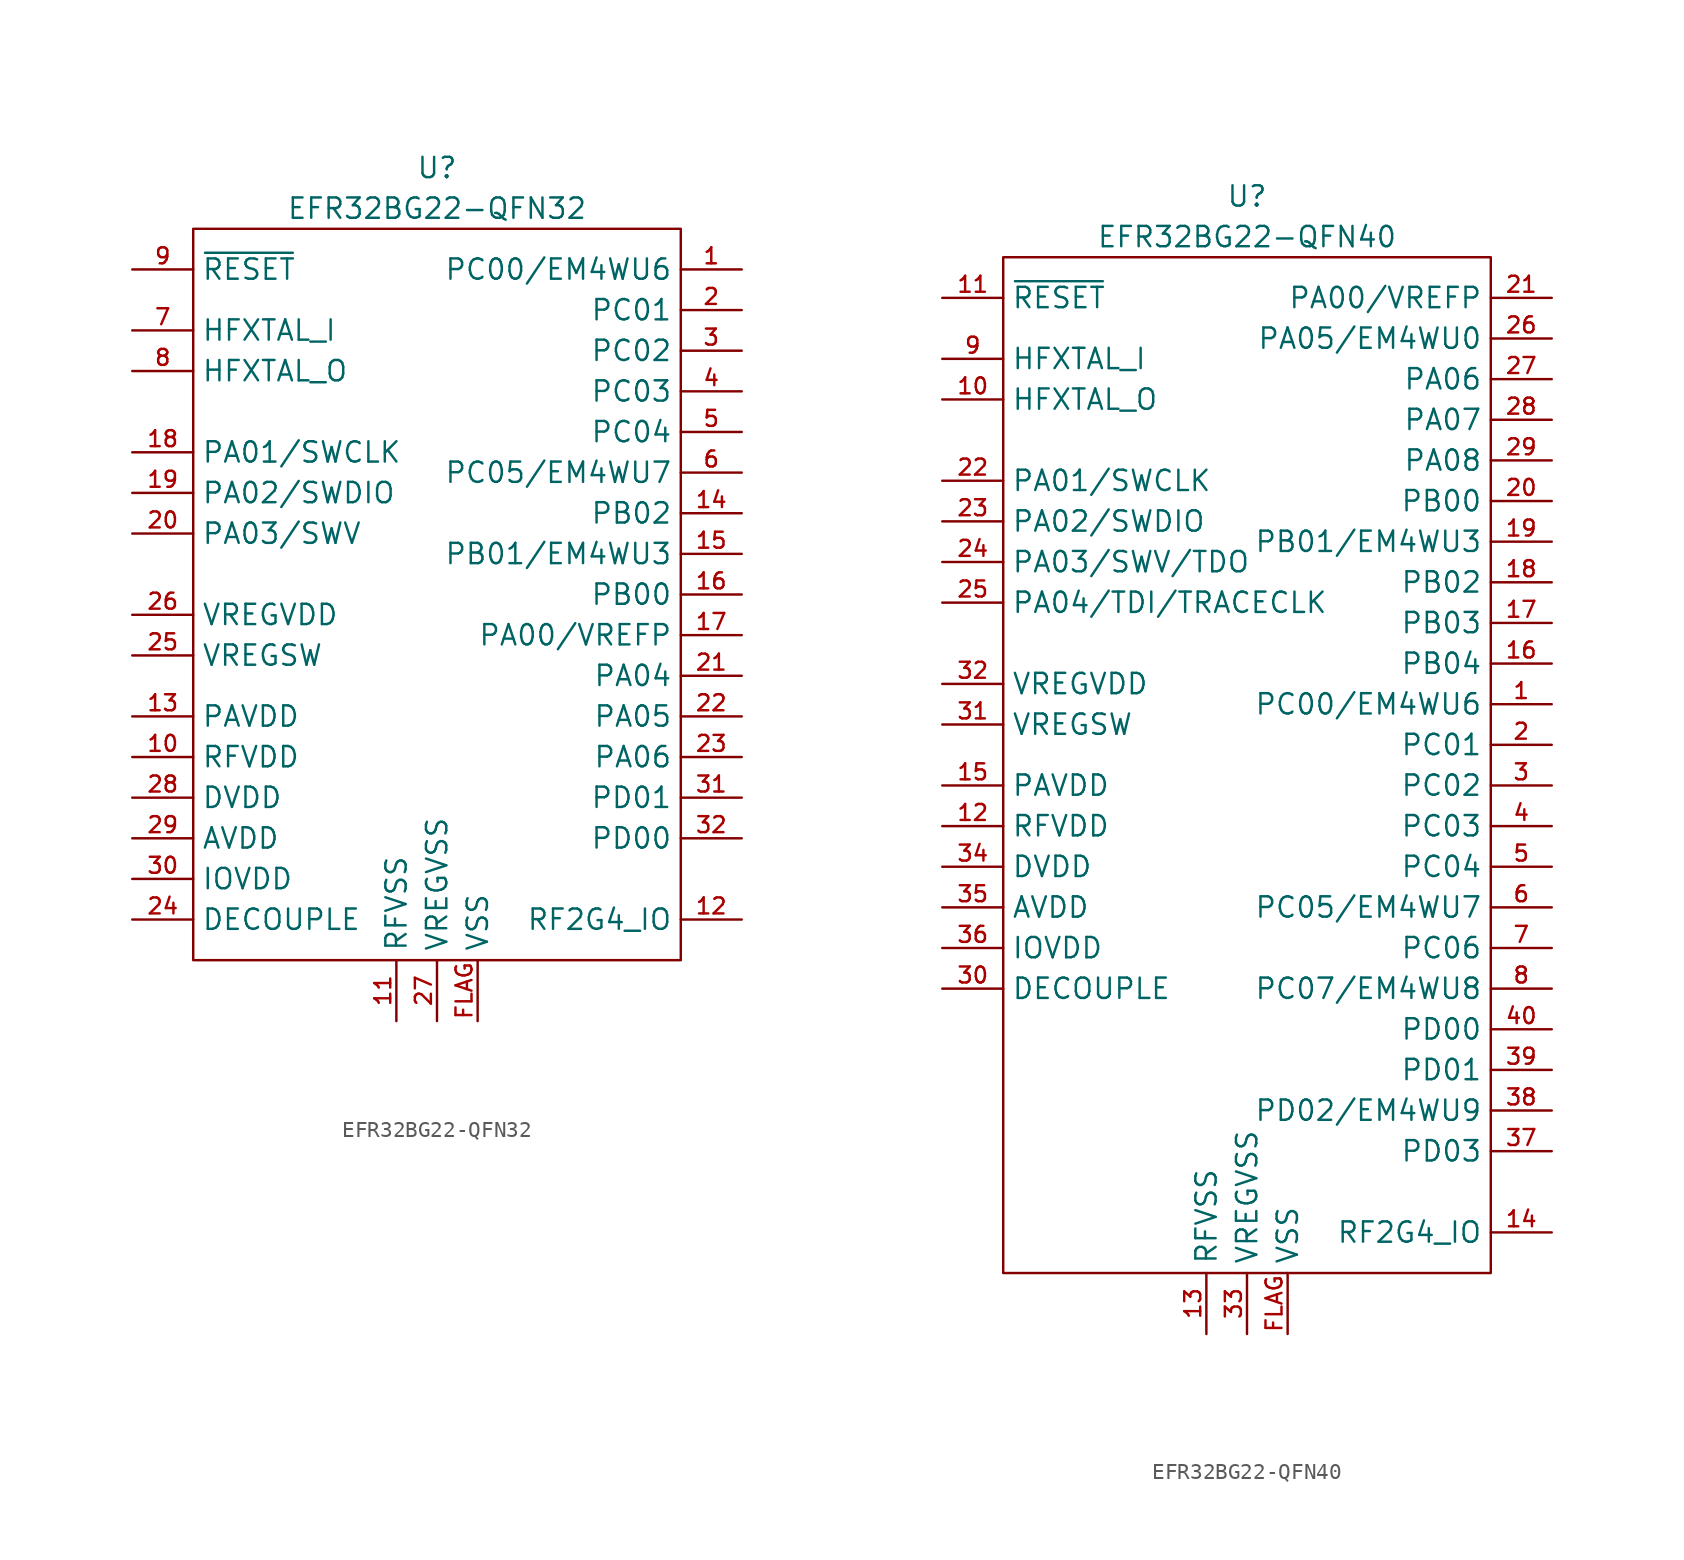
<source format=kicad_sym>
(kicad_symbol_lib
  (version 20211014)
  (generator kicad_symbol_editor)
  (symbol "EFR32BG22-QFN32"
    (property "Reference" "U"
      (at 0 3.81 0)
      (effects (font (size 1.27 1.27))))
    (property "Value" "EFR32BG22-QFN32"
      (at 0 1.27 0)
      (effects (font (size 1.27 1.27))))
    (symbol "EFR32BG22-QFN32_0_0"
      (pin tri_state line (at 19.05 -2.54 180) (length 3.81) (name "PC00/EM4WU6" (effects (font (size 1.27 1.27)))) (number "1" (effects (font (size 1 1)))))
      (pin power_in line (at -19.05 -33.02 0) (length 3.81) (name "RFVDD" (effects (font (size 1.27 1.27)))) (number "10" (effects (font (size 1 1)))))
      (pin power_in line (at -2.54 -49.53 90) (length 3.81) (name "RFVSS" (effects (font (size 1.27 1.27)))) (number "11" (effects (font (size 1 1)))))
      (pin passive line (at 19.05 -43.18 180) (length 3.81) (name "RF2G4_IO" (effects (font (size 1.27 1.27)))) (number "12" (effects (font (size 1 1)))))
      (pin power_in line (at -19.05 -30.48 0) (length 3.81) (name "PAVDD" (effects (font (size 1.27 1.27)))) (number "13" (effects (font (size 1 1)))))
      (pin tri_state line (at 19.05 -17.78 180) (length 3.81) (name "PB02" (effects (font (size 1.27 1.27)))) (number "14" (effects (font (size 1 1)))))
      (pin tri_state line (at 19.05 -20.32 180) (length 3.81) (name "PB01/EM4WU3" (effects (font (size 1.27 1.27)))) (number "15" (effects (font (size 1 1)))))
      (pin tri_state line (at 19.05 -22.86 180) (length 3.81) (name "PB00" (effects (font (size 1.27 1.27)))) (number "16" (effects (font (size 1 1)))))
      (pin tri_state line (at 19.05 -25.4 180) (length 3.81) (name "PA00/VREFP" (effects (font (size 1.27 1.27)))) (number "17" (effects (font (size 1 1)))))
      (pin tri_state line (at -19.05 -13.97 0) (length 3.81) (name "PA01/SWCLK" (effects (font (size 1.27 1.27)))) (number "18" (effects (font (size 1 1)))))
      (pin tri_state line (at -19.05 -16.51 0) (length 3.81) (name "PA02/SWDIO" (effects (font (size 1.27 1.27)))) (number "19" (effects (font (size 1 1)))))
      (pin tri_state line (at 19.05 -5.08 180) (length 3.81) (name "PC01" (effects (font (size 1.27 1.27)))) (number "2" (effects (font (size 1 1)))))
      (pin tri_state line (at -19.05 -19.05 0) (length 3.81) (name "PA03/SWV" (effects (font (size 1.27 1.27)))) (number "20" (effects (font (size 1 1)))))
      (pin tri_state line (at 19.05 -27.94 180) (length 3.81) (name "PA04" (effects (font (size 1.27 1.27)))) (number "21" (effects (font (size 1 1)))))
      (pin tri_state line (at 19.05 -30.48 180) (length 3.81) (name "PA05" (effects (font (size 1.27 1.27)))) (number "22" (effects (font (size 1 1)))))
      (pin tri_state line (at 19.05 -33.02 180) (length 3.81) (name "PA06" (effects (font (size 1.27 1.27)))) (number "23" (effects (font (size 1 1)))))
      (pin passive line (at -19.05 -43.18 0) (length 3.81) (name "DECOUPLE" (effects (font (size 1.27 1.27)))) (number "24" (effects (font (size 1 1)))))
      (pin passive line (at -19.05 -26.67 0) (length 3.81) (name "VREGSW" (effects (font (size 1.27 1.27)))) (number "25" (effects (font (size 1 1)))))
      (pin power_in line (at -19.05 -24.13 0) (length 3.81) (name "VREGVDD" (effects (font (size 1.27 1.27)))) (number "26" (effects (font (size 1 1)))))
      (pin power_in line (at 0 -49.53 90) (length 3.81) (name "VREGVSS" (effects (font (size 1.27 1.27)))) (number "27" (effects (font (size 1 1)))))
      (pin power_in line (at -19.05 -35.56 0) (length 3.81) (name "DVDD" (effects (font (size 1.27 1.27)))) (number "28" (effects (font (size 1 1)))))
      (pin power_in line (at -19.05 -38.1 0) (length 3.81) (name "AVDD" (effects (font (size 1.27 1.27)))) (number "29" (effects (font (size 1 1)))))
      (pin tri_state line (at 19.05 -7.62 180) (length 3.81) (name "PC02" (effects (font (size 1.27 1.27)))) (number "3" (effects (font (size 1 1)))))
      (pin power_in line (at -19.05 -40.64 0) (length 3.81) (name "IOVDD" (effects (font (size 1.27 1.27)))) (number "30" (effects (font (size 1 1)))))
      (pin tri_state line (at 19.05 -35.56 180) (length 3.81) (name "PD01" (effects (font (size 1.27 1.27)))) (number "31" (effects (font (size 1 1)))))
      (pin tri_state line (at 19.05 -38.1 180) (length 3.81) (name "PD00" (effects (font (size 1.27 1.27)))) (number "32" (effects (font (size 1 1)))))
      (pin tri_state line (at 19.05 -10.16 180) (length 3.81) (name "PC03" (effects (font (size 1.27 1.27)))) (number "4" (effects (font (size 1 1)))))
      (pin tri_state line (at 19.05 -12.7 180) (length 3.81) (name "PC04" (effects (font (size 1.27 1.27)))) (number "5" (effects (font (size 1 1)))))
      (pin tri_state line (at 19.05 -15.24 180) (length 3.81) (name "PC05/EM4WU7" (effects (font (size 1.27 1.27)))) (number "6" (effects (font (size 1 1)))))
      (pin passive line (at -19.05 -6.35 0) (length 3.81) (name "HFXTAL_I" (effects (font (size 1.27 1.27)))) (number "7" (effects (font (size 1 1)))))
      (pin passive line (at -19.05 -8.89 0) (length 3.81) (name "HFXTAL_O" (effects (font (size 1.27 1.27)))) (number "8" (effects (font (size 1 1)))))
      (pin input line (at -19.05 -2.54 0) (length 3.81) (name "~{RESET}" (effects (font (size 1.27 1.27)))) (number "9" (effects (font (size 1 1)))))
      (pin power_in line (at 2.54 -49.53 90) (length 3.81) (name "VSS" (effects (font (size 1.27 1.27)))) (number "FLAG" (effects (font (size 1 1))))))
    (symbol "EFR32BG22-QFN32_0_1"
      (rectangle (start -15.24 0) (end 15.24 -45.72) (stroke (width 0) (type default) (color 0 0 0 0)) (fill (type none)))))
  (symbol "EFR32BG22-QFN40"
    (property "Reference" "U"
      (at 0 3.81 0)
      (effects (font (size 1.27 1.27))))
    (property "Value" "EFR32BG22-QFN40"
      (at 0 1.27 0)
      (effects (font (size 1.27 1.27))))
    (symbol "EFR32BG22-QFN40_0_0"
      (pin tri_state line (at 19.05 -27.94 180) (length 3.81) (name "PC00/EM4WU6" (effects (font (size 1.27 1.27)))) (number "1" (effects (font (size 1 1)))))
      (pin passive line (at -19.05 -8.89 0) (length 3.81) (name "HFXTAL_O" (effects (font (size 1.27 1.27)))) (number "10" (effects (font (size 1 1)))))
      (pin input line (at -19.05 -2.54 0) (length 3.81) (name "~{RESET}" (effects (font (size 1.27 1.27)))) (number "11" (effects (font (size 1 1)))))
      (pin power_in line (at -19.05 -35.56 0) (length 3.81) (name "RFVDD" (effects (font (size 1.27 1.27)))) (number "12" (effects (font (size 1 1)))))
      (pin power_in line (at -2.54 -67.31 90) (length 3.81) (name "RFVSS" (effects (font (size 1.27 1.27)))) (number "13" (effects (font (size 1 1)))))
      (pin passive line (at 19.05 -60.96 180) (length 3.81) (name "RF2G4_IO" (effects (font (size 1.27 1.27)))) (number "14" (effects (font (size 1 1)))))
      (pin power_in line (at -19.05 -33.02 0) (length 3.81) (name "PAVDD" (effects (font (size 1.27 1.27)))) (number "15" (effects (font (size 1 1)))))
      (pin tri_state line (at 19.05 -25.4 180) (length 3.81) (name "PB04" (effects (font (size 1.27 1.27)))) (number "16" (effects (font (size 1 1)))))
      (pin tri_state line (at 19.05 -22.86 180) (length 3.81) (name "PB03" (effects (font (size 1.27 1.27)))) (number "17" (effects (font (size 1 1)))))
      (pin tri_state line (at 19.05 -20.32 180) (length 3.81) (name "PB02" (effects (font (size 1.27 1.27)))) (number "18" (effects (font (size 1 1)))))
      (pin tri_state line (at 19.05 -17.78 180) (length 3.81) (name "PB01/EM4WU3" (effects (font (size 1.27 1.27)))) (number "19" (effects (font (size 1 1)))))
      (pin tri_state line (at 19.05 -30.48 180) (length 3.81) (name "PC01" (effects (font (size 1.27 1.27)))) (number "2" (effects (font (size 1 1)))))
      (pin tri_state line (at 19.05 -15.24 180) (length 3.81) (name "PB00" (effects (font (size 1.27 1.27)))) (number "20" (effects (font (size 1 1)))))
      (pin tri_state line (at 19.05 -2.54 180) (length 3.81) (name "PA00/VREFP" (effects (font (size 1.27 1.27)))) (number "21" (effects (font (size 1 1)))))
      (pin tri_state line (at -19.05 -13.97 0) (length 3.81) (name "PA01/SWCLK" (effects (font (size 1.27 1.27)))) (number "22" (effects (font (size 1 1)))))
      (pin tri_state line (at -19.05 -16.51 0) (length 3.81) (name "PA02/SWDIO" (effects (font (size 1.27 1.27)))) (number "23" (effects (font (size 1 1)))))
      (pin tri_state line (at -19.05 -19.05 0) (length 3.81) (name "PA03/SWV/TDO" (effects (font (size 1.27 1.27)))) (number "24" (effects (font (size 1 1)))))
      (pin tri_state line (at -19.05 -21.59 0) (length 3.81) (name "PA04/TDI/TRACECLK" (effects (font (size 1.27 1.27)))) (number "25" (effects (font (size 1 1)))))
      (pin tri_state line (at 19.05 -5.08 180) (length 3.81) (name "PA05/EM4WU0" (effects (font (size 1.27 1.27)))) (number "26" (effects (font (size 1 1)))))
      (pin tri_state line (at 19.05 -7.62 180) (length 3.81) (name "PA06" (effects (font (size 1.27 1.27)))) (number "27" (effects (font (size 1 1)))))
      (pin tri_state line (at 19.05 -10.16 180) (length 3.81) (name "PA07" (effects (font (size 1.27 1.27)))) (number "28" (effects (font (size 1 1)))))
      (pin tri_state line (at 19.05 -12.7 180) (length 3.81) (name "PA08" (effects (font (size 1.27 1.27)))) (number "29" (effects (font (size 1 1)))))
      (pin tri_state line (at 19.05 -33.02 180) (length 3.81) (name "PC02" (effects (font (size 1.27 1.27)))) (number "3" (effects (font (size 1 1)))))
      (pin passive line (at -19.05 -45.72 0) (length 3.81) (name "DECOUPLE" (effects (font (size 1.27 1.27)))) (number "30" (effects (font (size 1 1)))))
      (pin passive line (at -19.05 -29.21 0) (length 3.81) (name "VREGSW" (effects (font (size 1.27 1.27)))) (number "31" (effects (font (size 1 1)))))
      (pin power_in line (at -19.05 -26.67 0) (length 3.81) (name "VREGVDD" (effects (font (size 1.27 1.27)))) (number "32" (effects (font (size 1 1)))))
      (pin power_in line (at 0 -67.31 90) (length 3.81) (name "VREGVSS" (effects (font (size 1.27 1.27)))) (number "33" (effects (font (size 1 1)))))
      (pin power_in line (at -19.05 -38.1 0) (length 3.81) (name "DVDD" (effects (font (size 1.27 1.27)))) (number "34" (effects (font (size 1 1)))))
      (pin power_in line (at -19.05 -40.64 0) (length 3.81) (name "AVDD" (effects (font (size 1.27 1.27)))) (number "35" (effects (font (size 1 1)))))
      (pin power_in line (at -19.05 -43.18 0) (length 3.81) (name "IOVDD" (effects (font (size 1.27 1.27)))) (number "36" (effects (font (size 1 1)))))
      (pin tri_state line (at 19.05 -55.88 180) (length 3.81) (name "PD03" (effects (font (size 1.27 1.27)))) (number "37" (effects (font (size 1 1)))))
      (pin tri_state line (at 19.05 -53.34 180) (length 3.81) (name "PD02/EM4WU9" (effects (font (size 1.27 1.27)))) (number "38" (effects (font (size 1 1)))))
      (pin tri_state line (at 19.05 -50.8 180) (length 3.81) (name "PD01" (effects (font (size 1.27 1.27)))) (number "39" (effects (font (size 1 1)))))
      (pin tri_state line (at 19.05 -35.56 180) (length 3.81) (name "PC03" (effects (font (size 1.27 1.27)))) (number "4" (effects (font (size 1 1)))))
      (pin tri_state line (at 19.05 -48.26 180) (length 3.81) (name "PD00" (effects (font (size 1.27 1.27)))) (number "40" (effects (font (size 1 1)))))
      (pin tri_state line (at 19.05 -38.1 180) (length 3.81) (name "PC04" (effects (font (size 1.27 1.27)))) (number "5" (effects (font (size 1 1)))))
      (pin tri_state line (at 19.05 -40.64 180) (length 3.81) (name "PC05/EM4WU7" (effects (font (size 1.27 1.27)))) (number "6" (effects (font (size 1 1)))))
      (pin tri_state line (at 19.05 -43.18 180) (length 3.81) (name "PC06" (effects (font (size 1.27 1.27)))) (number "7" (effects (font (size 1 1)))))
      (pin tri_state line (at 19.05 -45.72 180) (length 3.81) (name "PC07/EM4WU8" (effects (font (size 1.27 1.27)))) (number "8" (effects (font (size 1 1)))))
      (pin passive line (at -19.05 -6.35 0) (length 3.81) (name "HFXTAL_I" (effects (font (size 1.27 1.27)))) (number "9" (effects (font (size 1 1)))))
      (pin power_in line (at 2.54 -67.31 90) (length 3.81) (name "VSS" (effects (font (size 1.27 1.27)))) (number "FLAG" (effects (font (size 1 1))))))
    (symbol "EFR32BG22-QFN40_0_1"
      (rectangle (start -15.24 0) (end 15.24 -63.5) (stroke (width 0) (type default) (color 0 0 0 0)) (fill (type none))))))
</source>
